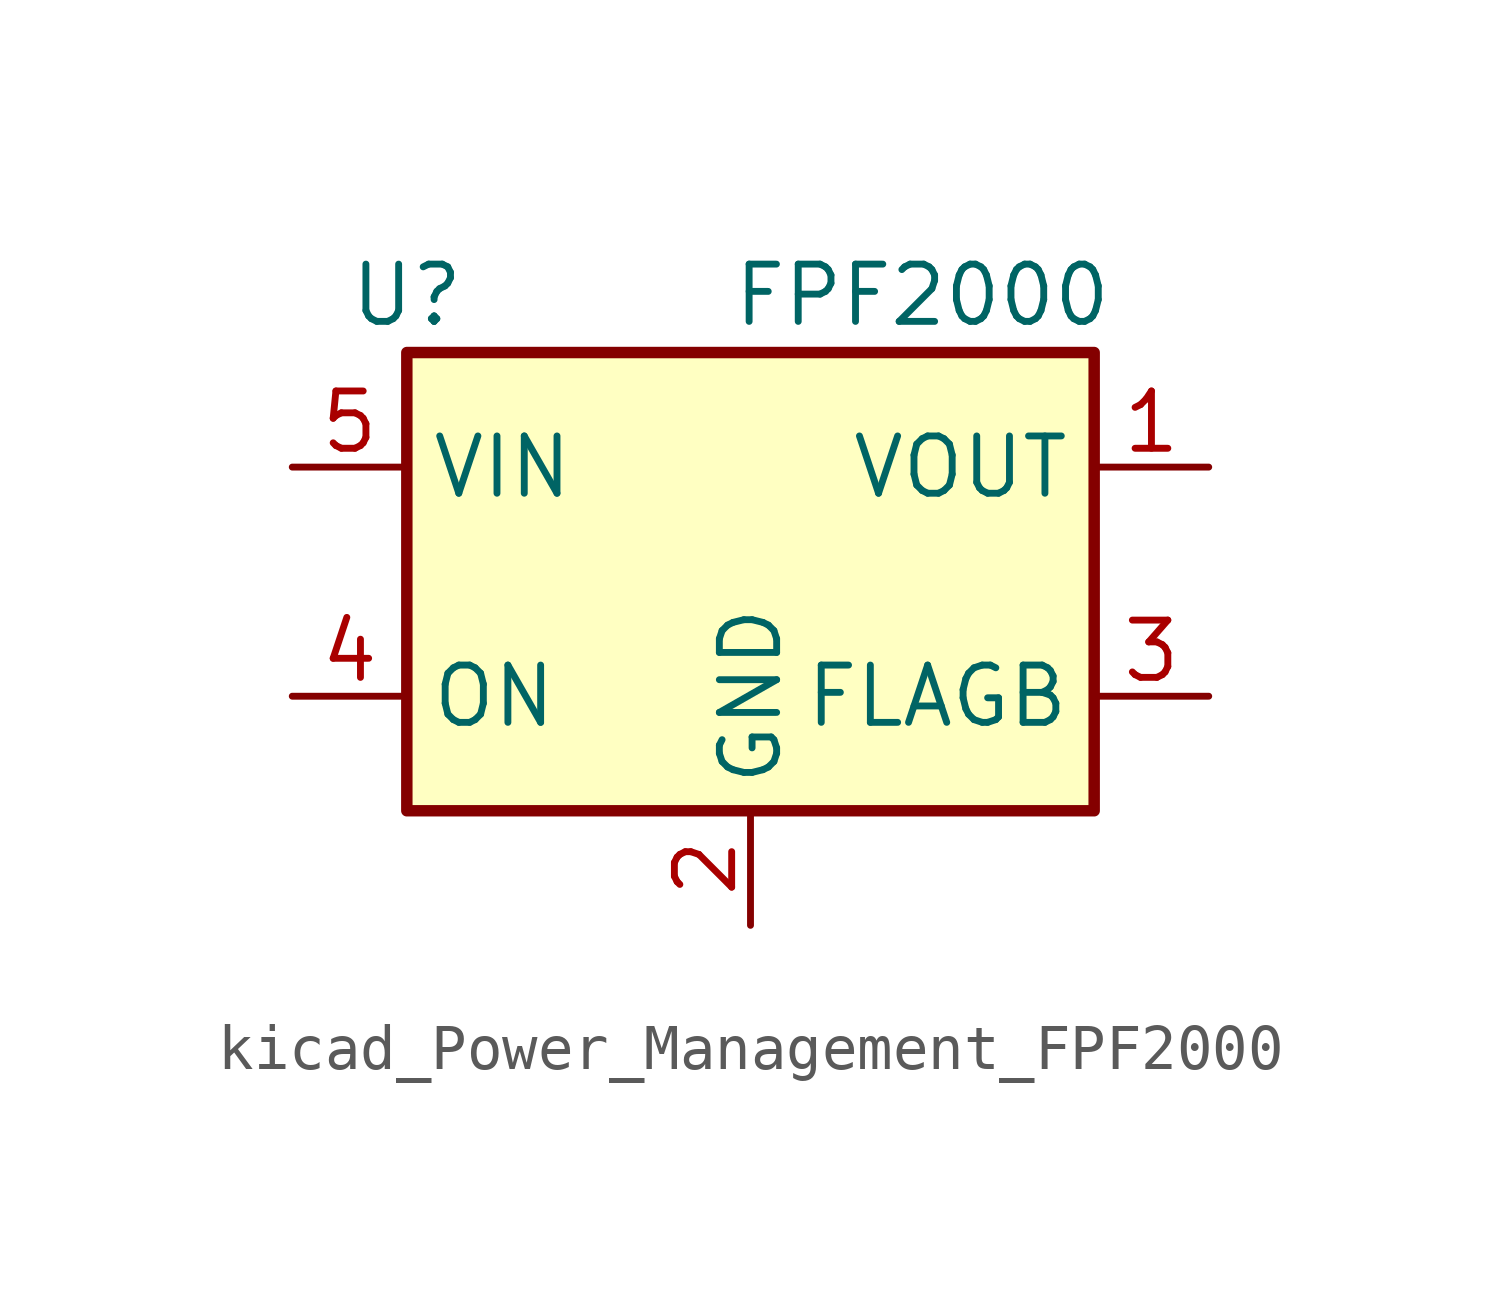
<source format=kicad_sym>
(kicad_symbol_lib
  (version 20220914)
  (generator kicad_symbol_editor)
  (symbol "kicad_Power_Management_FPF2000"
    (property "Reference" "U"
      (at -7.62 6.35 0)
      (effects (font (size 1.27 1.27))))
    (property "Value" "FPF2000"
      (at 3.81 6.35 0)
      (effects (font (size 1.27 1.27))))
    (symbol "kicad_Power_Management_FPF2000_0_1"
      (rectangle (start -7.62 5.08) (end 7.62 -5.08) (stroke (width 0.254) (type default)) (fill (type background))))
    (symbol "kicad_Power_Management_FPF2000_1_1"
      (pin power_out line (at 10.16 2.54 180) (length 2.54) (name "VOUT" (effects (font (size 1.27 1.27)))) (number "1" (effects (font (size 1.27 1.27)))))
      (pin power_in line (at 0 -7.62 90) (length 2.54) (name "GND" (effects (font (size 1.27 1.27)))) (number "2" (effects (font (size 1.27 1.27)))))
      (pin open_collector line (at 10.16 -2.54 180) (length 2.54) (name "FLAGB" (effects (font (size 1.27 1.27)))) (number "3" (effects (font (size 1.27 1.27)))))
      (pin input line (at -10.16 -2.54 0) (length 2.54) (name "ON" (effects (font (size 1.27 1.27)))) (number "4" (effects (font (size 1.27 1.27)))))
      (pin power_in line (at -10.16 2.54 0) (length 2.54) (name "VIN" (effects (font (size 1.27 1.27)))) (number "5" (effects (font (size 1.27 1.27))))))))
</source>
